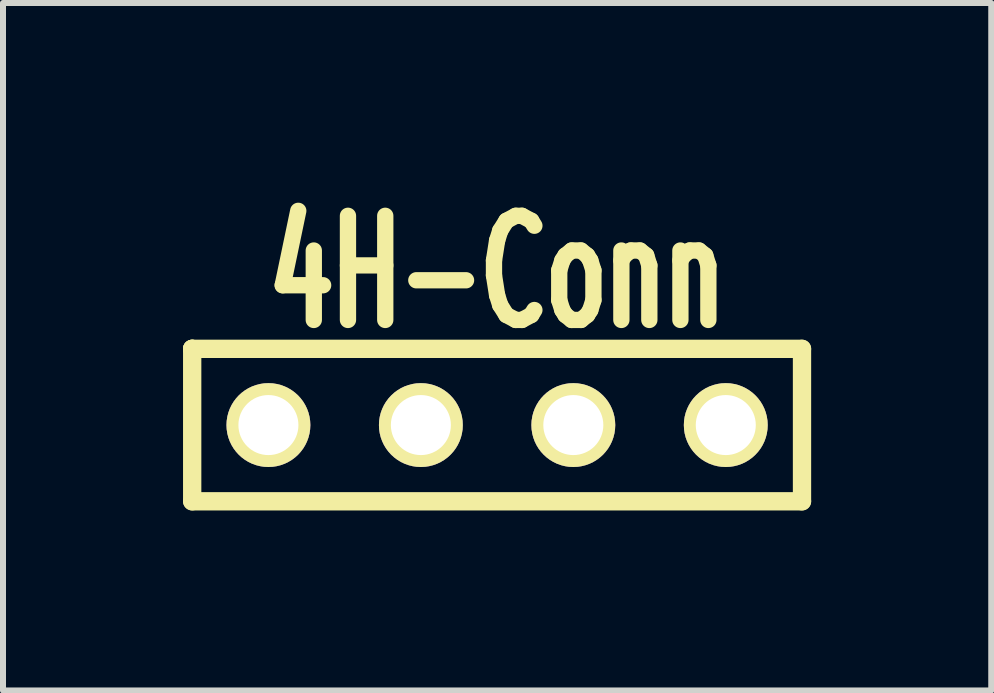
<source format=kicad_pcb>
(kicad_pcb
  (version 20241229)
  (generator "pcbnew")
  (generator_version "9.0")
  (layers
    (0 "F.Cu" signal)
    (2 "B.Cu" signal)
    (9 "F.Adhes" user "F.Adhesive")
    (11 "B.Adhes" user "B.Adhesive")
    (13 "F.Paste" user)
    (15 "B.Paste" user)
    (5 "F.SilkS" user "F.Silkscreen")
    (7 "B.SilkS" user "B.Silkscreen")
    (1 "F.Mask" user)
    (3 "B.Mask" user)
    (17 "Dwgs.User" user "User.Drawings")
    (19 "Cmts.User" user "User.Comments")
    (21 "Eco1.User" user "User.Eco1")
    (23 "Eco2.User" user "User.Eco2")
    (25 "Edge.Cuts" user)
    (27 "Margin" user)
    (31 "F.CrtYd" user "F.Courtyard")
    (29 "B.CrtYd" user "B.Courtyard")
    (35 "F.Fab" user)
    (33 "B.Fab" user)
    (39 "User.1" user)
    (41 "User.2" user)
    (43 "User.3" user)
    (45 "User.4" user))
  (footprint "4H-Conn"
    (layer "F.Cu")
    (at 5.232 4.032)
    (property "Reference" "4H-Conn" (at 0 -2.54 0) (layer "F.SilkS") (effects (font (size 1.735 1.087) (thickness 0.305))))
    (attr through_hole)
    (fp_line (start -5.08 -1.27) (end -5.08 -1.27) (stroke (width 0.305) (type solid)) (layer "F.SilkS"))
    (fp_line (start -5.08 -1.27) (end -5.08 -1.27) (stroke (width 0.305) (type solid)) (layer "F.SilkS"))
    (fp_line (start -5.08 -1.27) (end 5.08 -1.27) (stroke (width 0.305) (type solid)) (layer "F.SilkS"))
    (fp_line (start -5.08 1.27) (end -5.08 -1.27) (stroke (width 0.305) (type solid)) (layer "F.SilkS"))
    (fp_line (start 5.08 -1.27) (end 5.08 1.27) (stroke (width 0.305) (type solid)) (layer "F.SilkS"))
    (fp_line (start 5.08 1.27) (end -5.08 1.27) (stroke (width 0.305) (type solid)) (layer "F.SilkS"))
    (pad "1" thru_hole circle (at -3.81 0) (size 1.397 1.397) (drill 1) (layers "*.Cu" "*.Mask" "F.SilkS"))
    (pad "2" thru_hole circle (at -1.27 0) (size 1.397 1.397) (drill 1) (layers "*.Cu" "*.Mask" "F.SilkS"))
    (pad "3" thru_hole circle (at 1.27 0) (size 1.397 1.397) (drill 1) (layers "*.Cu" "*.Mask" "F.SilkS"))
    (pad "4" thru_hole circle (at 3.81 0) (size 1.397 1.397) (drill 1) (layers "*.Cu" "*.Mask" "F.SilkS")))
  (gr_rect
    (start -3 -3)
    (end 13.465 8.454)
    (stroke (width 0.1) (type default))
    (fill no)
    (layer "Edge.Cuts")))
</source>
